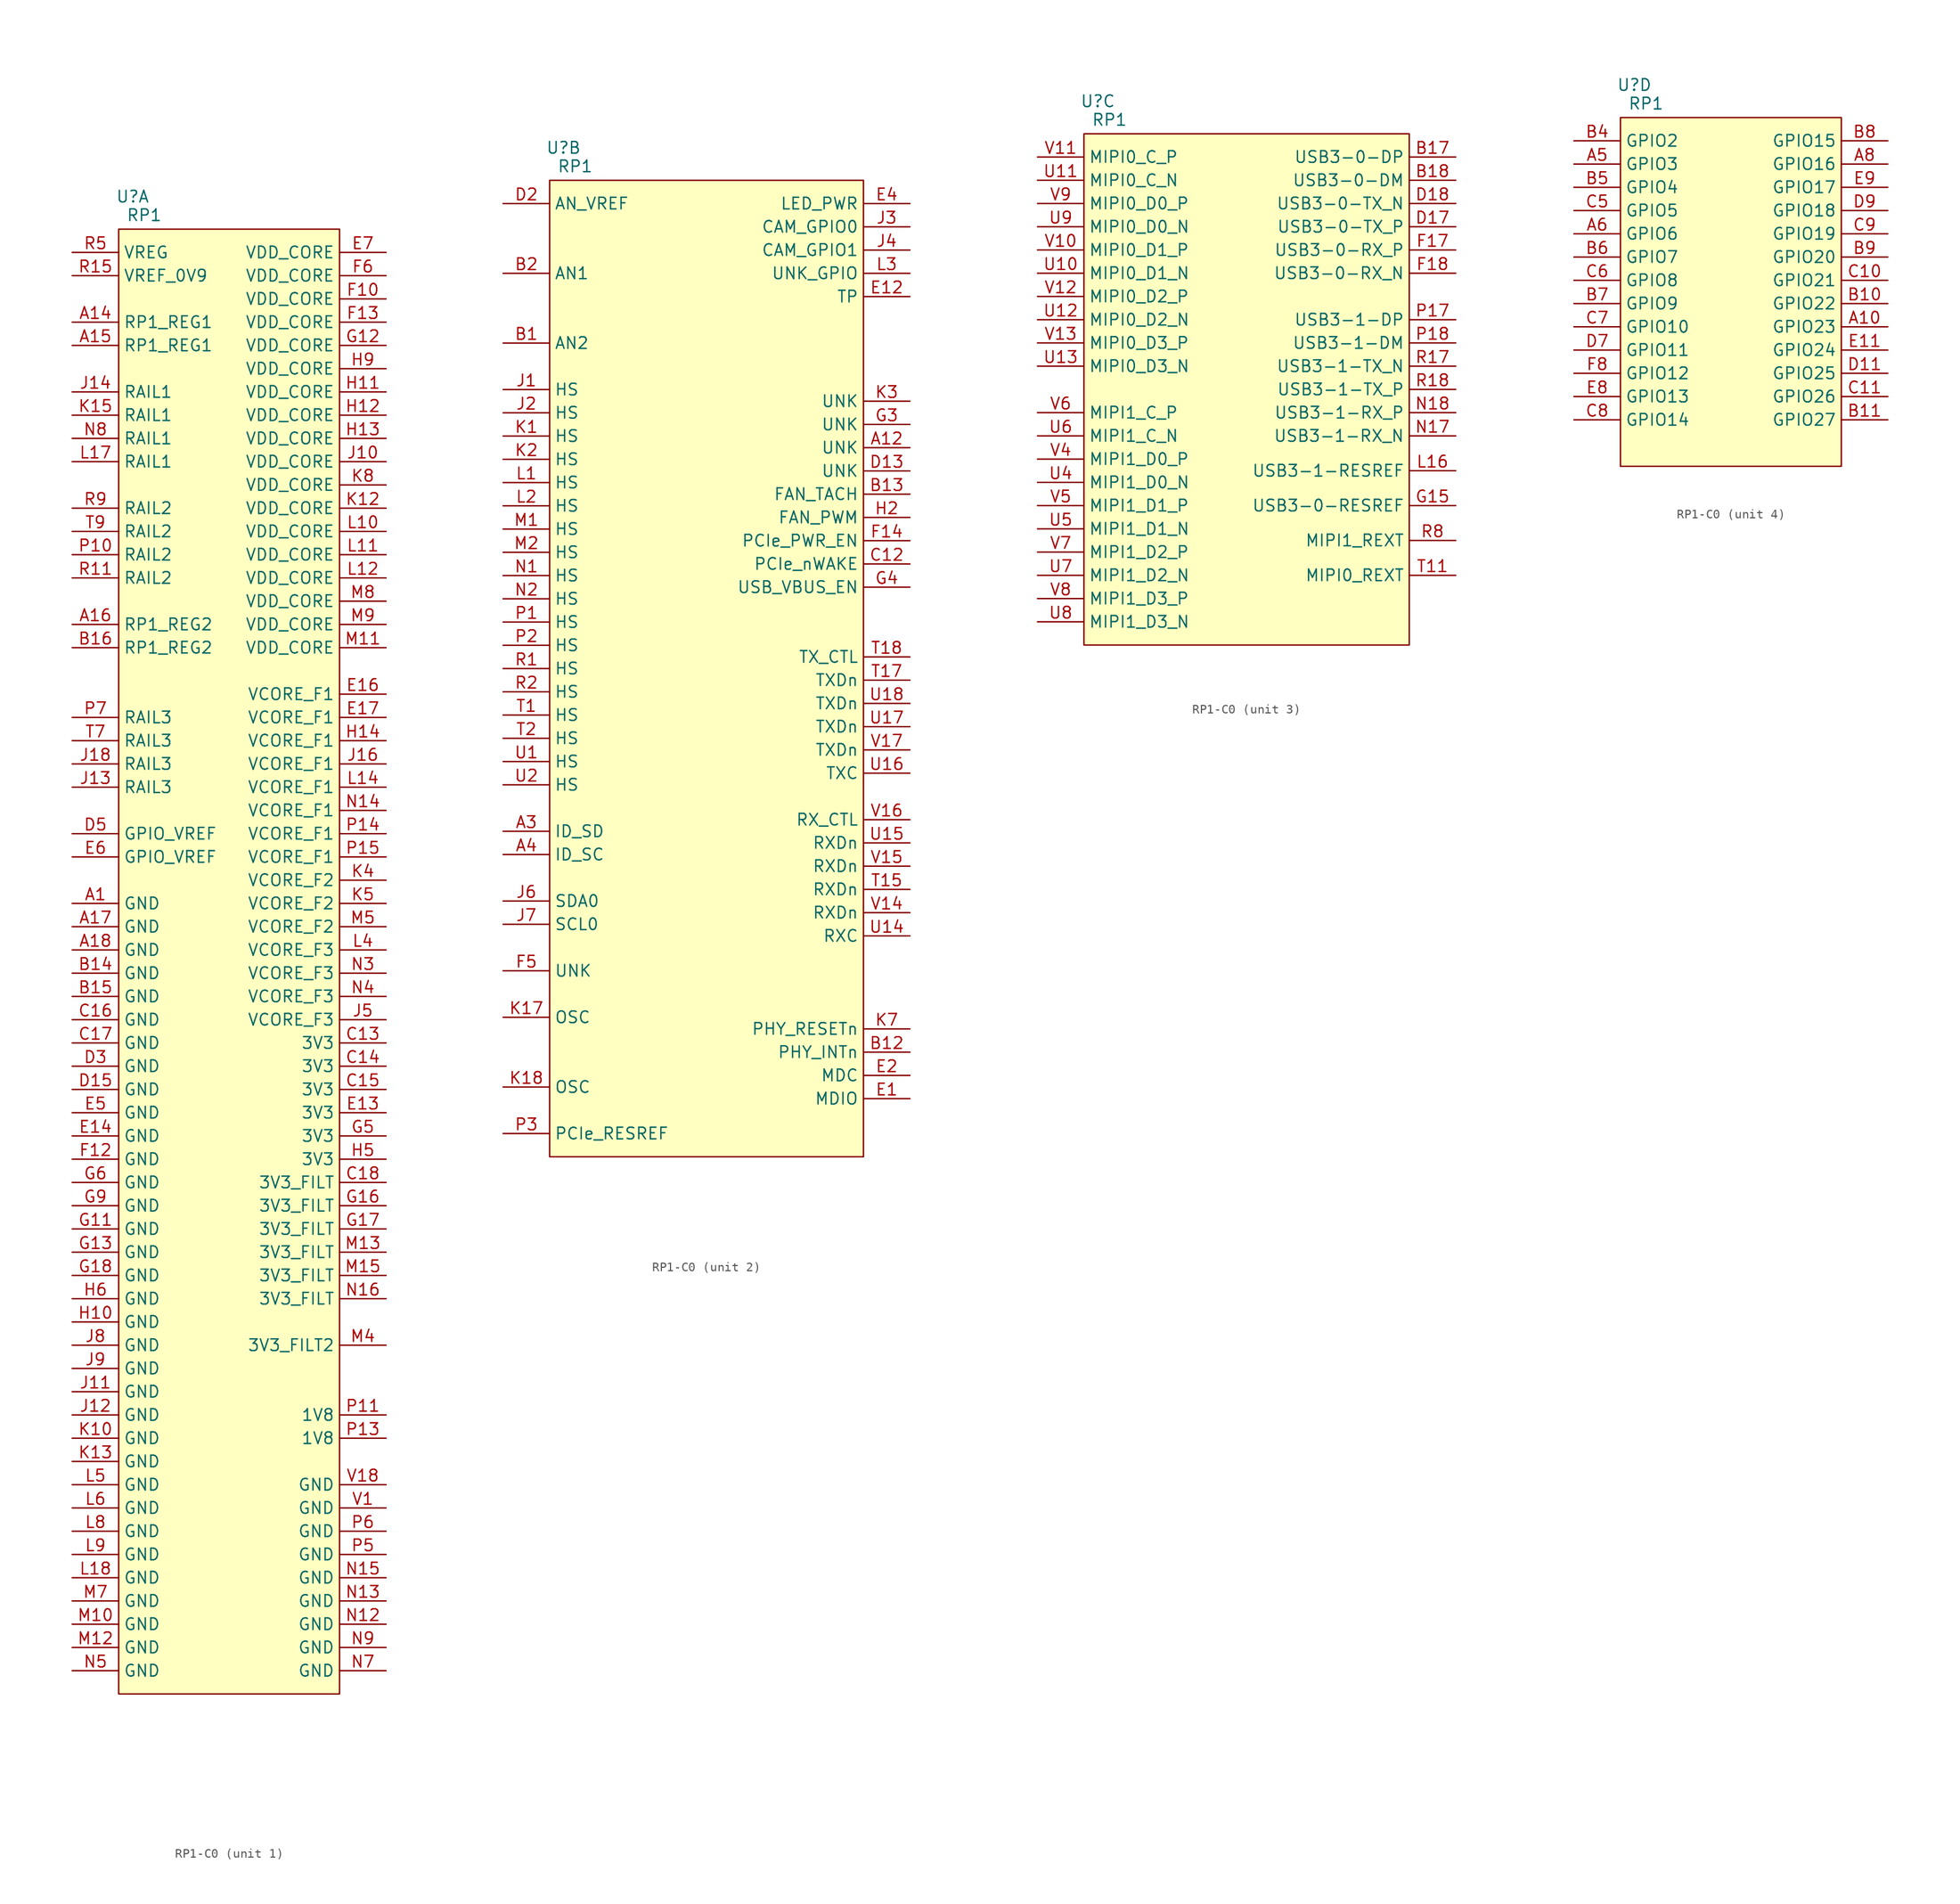
<source format=kicad_sym>
(kicad_symbol_lib
  (version 20241209)
  (generator "kicad_symbol_editor")
  (generator_version "9.0")
  (symbol "RP1-C0"
    (property "Reference" "U"
      (at 1.524 3.556 0)
      (effects (font (size 1.27 1.27))))
    (property "Value" "RP1"
      (at 2.794 1.524 0)
      (effects (font (size 1.27 1.27))))
    (property "ki_locked" ""
      (at 0 0 0)
      (effects (font (size 1.27 1.27))))
    (symbol "RP1-C0_1_1"
      (rectangle (start 0 0) (end 24.13 -160.02) (stroke (width 0) (type solid)) (fill (type background)))
      (pin power_in line (at -5.08 -2.54 0) (length 5.08) (name "VREG" (effects (font (size 1.27 1.27)))) (number "R5" (effects (font (size 1.27 1.27)))))
      (pin passive line (at -5.08 -5.08 0) (length 5.08) (name "VREF_0V9" (effects (font (size 1.27 1.27)))) (number "R15" (effects (font (size 1.27 1.27)))))
      (pin power_in line (at -5.08 -10.16 0) (length 5.08) (name "RP1_REG1" (effects (font (size 1.27 1.27)))) (number "A14" (effects (font (size 1.27 1.27)))))
      (pin power_in line (at -5.08 -12.7 0) (length 5.08) (name "RP1_REG1" (effects (font (size 1.27 1.27)))) (number "A15" (effects (font (size 1.27 1.27)))))
      (pin power_in line (at -5.08 -17.78 0) (length 5.08) (name "RAIL1" (effects (font (size 1.27 1.27)))) (number "J14" (effects (font (size 1.27 1.27)))))
      (pin power_in line (at -5.08 -20.32 0) (length 5.08) (name "RAIL1" (effects (font (size 1.27 1.27)))) (number "K15" (effects (font (size 1.27 1.27)))))
      (pin power_in line (at -5.08 -22.86 0) (length 5.08) (name "RAIL1" (effects (font (size 1.27 1.27)))) (number "N8" (effects (font (size 1.27 1.27)))))
      (pin power_in line (at -5.08 -25.4 0) (length 5.08) (name "RAIL1" (effects (font (size 1.27 1.27)))) (number "L17" (effects (font (size 1.27 1.27)))))
      (pin power_in line (at -5.08 -30.48 0) (length 5.08) (name "RAIL2" (effects (font (size 1.27 1.27)))) (number "R9" (effects (font (size 1.27 1.27)))))
      (pin power_in line (at -5.08 -33.02 0) (length 5.08) (name "RAIL2" (effects (font (size 1.27 1.27)))) (number "T9" (effects (font (size 1.27 1.27)))))
      (pin power_in line (at -5.08 -35.56 0) (length 5.08) (name "RAIL2" (effects (font (size 1.27 1.27)))) (number "P10" (effects (font (size 1.27 1.27)))))
      (pin power_in line (at -5.08 -38.1 0) (length 5.08) (name "RAIL2" (effects (font (size 1.27 1.27)))) (number "R11" (effects (font (size 1.27 1.27)))))
      (pin power_in line (at -5.08 -43.18 0) (length 5.08) (name "RP1_REG2" (effects (font (size 1.27 1.27)))) (number "A16" (effects (font (size 1.27 1.27)))))
      (pin power_in line (at -5.08 -45.72 0) (length 5.08) (name "RP1_REG2" (effects (font (size 1.27 1.27)))) (number "B16" (effects (font (size 1.27 1.27)))))
      (pin power_in line (at -5.08 -53.34 0) (length 5.08) (name "RAIL3" (effects (font (size 1.27 1.27)))) (number "P7" (effects (font (size 1.27 1.27)))))
      (pin power_in line (at -5.08 -55.88 0) (length 5.08) (name "RAIL3" (effects (font (size 1.27 1.27)))) (number "T7" (effects (font (size 1.27 1.27)))))
      (pin power_in line (at -5.08 -58.42 0) (length 5.08) (name "RAIL3" (effects (font (size 1.27 1.27)))) (number "J18" (effects (font (size 1.27 1.27)))))
      (pin power_in line (at -5.08 -60.96 0) (length 5.08) (name "RAIL3" (effects (font (size 1.27 1.27)))) (number "J13" (effects (font (size 1.27 1.27)))))
      (pin power_in line (at -5.08 -66.04 0) (length 5.08) (name "GPIO_VREF" (effects (font (size 1.27 1.27)))) (number "D5" (effects (font (size 1.27 1.27)))))
      (pin power_in line (at -5.08 -68.58 0) (length 5.08) (name "GPIO_VREF" (effects (font (size 1.27 1.27)))) (number "E6" (effects (font (size 1.27 1.27)))))
      (pin power_in line (at -5.08 -73.66 0) (length 5.08) (name "GND" (effects (font (size 1.27 1.27)))) (number "A1" (effects (font (size 1.27 1.27)))))
      (pin power_in line (at -5.08 -76.2 0) (length 5.08) (name "GND" (effects (font (size 1.27 1.27)))) (number "A17" (effects (font (size 1.27 1.27)))))
      (pin power_in line (at -5.08 -78.74 0) (length 5.08) (name "GND" (effects (font (size 1.27 1.27)))) (number "A18" (effects (font (size 1.27 1.27)))))
      (pin power_in line (at -5.08 -81.28 0) (length 5.08) (name "GND" (effects (font (size 1.27 1.27)))) (number "B14" (effects (font (size 1.27 1.27)))))
      (pin power_in line (at -5.08 -83.82 0) (length 5.08) (name "GND" (effects (font (size 1.27 1.27)))) (number "B15" (effects (font (size 1.27 1.27)))))
      (pin power_in line (at -5.08 -86.36 0) (length 5.08) (name "GND" (effects (font (size 1.27 1.27)))) (number "C16" (effects (font (size 1.27 1.27)))))
      (pin power_in line (at -5.08 -88.9 0) (length 5.08) (name "GND" (effects (font (size 1.27 1.27)))) (number "C17" (effects (font (size 1.27 1.27)))))
      (pin power_in line (at -5.08 -91.44 0) (length 5.08) (name "GND" (effects (font (size 1.27 1.27)))) (number "D3" (effects (font (size 1.27 1.27)))))
      (pin power_in line (at -5.08 -93.98 0) (length 5.08) (name "GND" (effects (font (size 1.27 1.27)))) (number "D15" (effects (font (size 1.27 1.27)))))
      (pin power_in line (at -5.08 -96.52 0) (length 5.08) (name "GND" (effects (font (size 1.27 1.27)))) (number "E5" (effects (font (size 1.27 1.27)))))
      (pin power_in line (at -5.08 -99.06 0) (length 5.08) (name "GND" (effects (font (size 1.27 1.27)))) (number "E14" (effects (font (size 1.27 1.27)))))
      (pin power_in line (at -5.08 -101.6 0) (length 5.08) (name "GND" (effects (font (size 1.27 1.27)))) (number "F12" (effects (font (size 1.27 1.27)))))
      (pin power_in line (at -5.08 -104.14 0) (length 5.08) (name "GND" (effects (font (size 1.27 1.27)))) (number "G6" (effects (font (size 1.27 1.27)))))
      (pin power_in line (at -5.08 -106.68 0) (length 5.08) (name "GND" (effects (font (size 1.27 1.27)))) (number "G9" (effects (font (size 1.27 1.27)))))
      (pin power_in line (at -5.08 -109.22 0) (length 5.08) (name "GND" (effects (font (size 1.27 1.27)))) (number "G11" (effects (font (size 1.27 1.27)))))
      (pin power_in line (at -5.08 -111.76 0) (length 5.08) (name "GND" (effects (font (size 1.27 1.27)))) (number "G13" (effects (font (size 1.27 1.27)))))
      (pin power_in line (at -5.08 -114.3 0) (length 5.08) (name "GND" (effects (font (size 1.27 1.27)))) (number "G18" (effects (font (size 1.27 1.27)))))
      (pin power_in line (at -5.08 -116.84 0) (length 5.08) (name "GND" (effects (font (size 1.27 1.27)))) (number "H6" (effects (font (size 1.27 1.27)))))
      (pin power_in line (at -5.08 -119.38 0) (length 5.08) (name "GND" (effects (font (size 1.27 1.27)))) (number "H10" (effects (font (size 1.27 1.27)))))
      (pin power_in line (at -5.08 -121.92 0) (length 5.08) (name "GND" (effects (font (size 1.27 1.27)))) (number "J8" (effects (font (size 1.27 1.27)))))
      (pin power_in line (at -5.08 -124.46 0) (length 5.08) (name "GND" (effects (font (size 1.27 1.27)))) (number "J9" (effects (font (size 1.27 1.27)))))
      (pin power_in line (at -5.08 -127 0) (length 5.08) (name "GND" (effects (font (size 1.27 1.27)))) (number "J11" (effects (font (size 1.27 1.27)))))
      (pin power_in line (at -5.08 -129.54 0) (length 5.08) (name "GND" (effects (font (size 1.27 1.27)))) (number "J12" (effects (font (size 1.27 1.27)))))
      (pin power_in line (at -5.08 -132.08 0) (length 5.08) (name "GND" (effects (font (size 1.27 1.27)))) (number "K10" (effects (font (size 1.27 1.27)))))
      (pin power_in line (at -5.08 -134.62 0) (length 5.08) (name "GND" (effects (font (size 1.27 1.27)))) (number "K13" (effects (font (size 1.27 1.27)))))
      (pin power_in line (at -5.08 -137.16 0) (length 5.08) (name "GND" (effects (font (size 1.27 1.27)))) (number "L5" (effects (font (size 1.27 1.27)))))
      (pin power_in line (at -5.08 -139.7 0) (length 5.08) (name "GND" (effects (font (size 1.27 1.27)))) (number "L6" (effects (font (size 1.27 1.27)))))
      (pin power_in line (at -5.08 -142.24 0) (length 5.08) (name "GND" (effects (font (size 1.27 1.27)))) (number "L8" (effects (font (size 1.27 1.27)))))
      (pin power_in line (at -5.08 -144.78 0) (length 5.08) (name "GND" (effects (font (size 1.27 1.27)))) (number "L9" (effects (font (size 1.27 1.27)))))
      (pin power_in line (at -5.08 -147.32 0) (length 5.08) (name "GND" (effects (font (size 1.27 1.27)))) (number "L18" (effects (font (size 1.27 1.27)))))
      (pin power_in line (at -5.08 -149.86 0) (length 5.08) (name "GND" (effects (font (size 1.27 1.27)))) (number "M7" (effects (font (size 1.27 1.27)))))
      (pin power_in line (at -5.08 -152.4 0) (length 5.08) (name "GND" (effects (font (size 1.27 1.27)))) (number "M10" (effects (font (size 1.27 1.27)))))
      (pin power_in line (at -5.08 -154.94 0) (length 5.08) (name "GND" (effects (font (size 1.27 1.27)))) (number "M12" (effects (font (size 1.27 1.27)))))
      (pin power_in line (at -5.08 -157.48 0) (length 5.08) (name "GND" (effects (font (size 1.27 1.27)))) (number "N5" (effects (font (size 1.27 1.27)))))
      (pin power_in line (at 29.21 -2.54 180) (length 5.08) (name "VDD_CORE" (effects (font (size 1.27 1.27)))) (number "E7" (effects (font (size 1.27 1.27)))))
      (pin power_in line (at 29.21 -5.08 180) (length 5.08) (name "VDD_CORE" (effects (font (size 1.27 1.27)))) (number "F6" (effects (font (size 1.27 1.27)))))
      (pin power_in line (at 29.21 -7.62 180) (length 5.08) (name "VDD_CORE" (effects (font (size 1.27 1.27)))) (number "F10" (effects (font (size 1.27 1.27)))))
      (pin power_in line (at 29.21 -10.16 180) (length 5.08) (name "VDD_CORE" (effects (font (size 1.27 1.27)))) (number "F13" (effects (font (size 1.27 1.27)))))
      (pin power_in line (at 29.21 -12.7 180) (length 5.08) (name "VDD_CORE" (effects (font (size 1.27 1.27)))) (number "G12" (effects (font (size 1.27 1.27)))))
      (pin power_in line (at 29.21 -15.24 180) (length 5.08) (name "VDD_CORE" (effects (font (size 1.27 1.27)))) (number "H9" (effects (font (size 1.27 1.27)))))
      (pin power_in line (at 29.21 -17.78 180) (length 5.08) (name "VDD_CORE" (effects (font (size 1.27 1.27)))) (number "H11" (effects (font (size 1.27 1.27)))))
      (pin power_in line (at 29.21 -20.32 180) (length 5.08) (name "VDD_CORE" (effects (font (size 1.27 1.27)))) (number "H12" (effects (font (size 1.27 1.27)))))
      (pin power_in line (at 29.21 -22.86 180) (length 5.08) (name "VDD_CORE" (effects (font (size 1.27 1.27)))) (number "H13" (effects (font (size 1.27 1.27)))))
      (pin power_in line (at 29.21 -25.4 180) (length 5.08) (name "VDD_CORE" (effects (font (size 1.27 1.27)))) (number "J10" (effects (font (size 1.27 1.27)))))
      (pin power_in line (at 29.21 -27.94 180) (length 5.08) (name "VDD_CORE" (effects (font (size 1.27 1.27)))) (number "K8" (effects (font (size 1.27 1.27)))))
      (pin power_in line (at 29.21 -30.48 180) (length 5.08) (name "VDD_CORE" (effects (font (size 1.27 1.27)))) (number "K12" (effects (font (size 1.27 1.27)))))
      (pin power_in line (at 29.21 -33.02 180) (length 5.08) (name "VDD_CORE" (effects (font (size 1.27 1.27)))) (number "L10" (effects (font (size 1.27 1.27)))))
      (pin power_in line (at 29.21 -35.56 180) (length 5.08) (name "VDD_CORE" (effects (font (size 1.27 1.27)))) (number "L11" (effects (font (size 1.27 1.27)))))
      (pin power_in line (at 29.21 -38.1 180) (length 5.08) (name "VDD_CORE" (effects (font (size 1.27 1.27)))) (number "L12" (effects (font (size 1.27 1.27)))))
      (pin power_in line (at 29.21 -40.64 180) (length 5.08) (name "VDD_CORE" (effects (font (size 1.27 1.27)))) (number "M8" (effects (font (size 1.27 1.27)))))
      (pin power_in line (at 29.21 -43.18 180) (length 5.08) (name "VDD_CORE" (effects (font (size 1.27 1.27)))) (number "M9" (effects (font (size 1.27 1.27)))))
      (pin power_in line (at 29.21 -45.72 180) (length 5.08) (name "VDD_CORE" (effects (font (size 1.27 1.27)))) (number "M11" (effects (font (size 1.27 1.27)))))
      (pin power_in line (at 29.21 -50.8 180) (length 5.08) (name "VCORE_F1" (effects (font (size 1.27 1.27)))) (number "E16" (effects (font (size 1.27 1.27)))))
      (pin power_in line (at 29.21 -53.34 180) (length 5.08) (name "VCORE_F1" (effects (font (size 1.27 1.27)))) (number "E17" (effects (font (size 1.27 1.27)))))
      (pin power_in line (at 29.21 -55.88 180) (length 5.08) (name "VCORE_F1" (effects (font (size 1.27 1.27)))) (number "H14" (effects (font (size 1.27 1.27)))))
      (pin power_in line (at 29.21 -58.42 180) (length 5.08) (name "VCORE_F1" (effects (font (size 1.27 1.27)))) (number "J16" (effects (font (size 1.27 1.27)))))
      (pin power_in line (at 29.21 -60.96 180) (length 5.08) (name "VCORE_F1" (effects (font (size 1.27 1.27)))) (number "L14" (effects (font (size 1.27 1.27)))))
      (pin power_in line (at 29.21 -63.5 180) (length 5.08) (name "VCORE_F1" (effects (font (size 1.27 1.27)))) (number "N14" (effects (font (size 1.27 1.27)))))
      (pin power_in line (at 29.21 -66.04 180) (length 5.08) (name "VCORE_F1" (effects (font (size 1.27 1.27)))) (number "P14" (effects (font (size 1.27 1.27)))))
      (pin power_in line (at 29.21 -68.58 180) (length 5.08) (name "VCORE_F1" (effects (font (size 1.27 1.27)))) (number "P15" (effects (font (size 1.27 1.27)))))
      (pin power_in line (at 29.21 -71.12 180) (length 5.08) (name "VCORE_F2" (effects (font (size 1.27 1.27)))) (number "K4" (effects (font (size 1.27 1.27)))))
      (pin power_in line (at 29.21 -73.66 180) (length 5.08) (name "VCORE_F2" (effects (font (size 1.27 1.27)))) (number "K5" (effects (font (size 1.27 1.27)))))
      (pin power_in line (at 29.21 -76.2 180) (length 5.08) (name "VCORE_F2" (effects (font (size 1.27 1.27)))) (number "M5" (effects (font (size 1.27 1.27)))))
      (pin power_in line (at 29.21 -78.74 180) (length 5.08) (name "VCORE_F3" (effects (font (size 1.27 1.27)))) (number "L4" (effects (font (size 1.27 1.27)))))
      (pin power_in line (at 29.21 -81.28 180) (length 5.08) (name "VCORE_F3" (effects (font (size 1.27 1.27)))) (number "N3" (effects (font (size 1.27 1.27)))))
      (pin power_in line (at 29.21 -83.82 180) (length 5.08) (name "VCORE_F3" (effects (font (size 1.27 1.27)))) (number "N4" (effects (font (size 1.27 1.27)))))
      (pin power_in line (at 29.21 -86.36 180) (length 5.08) (name "VCORE_F3" (effects (font (size 1.27 1.27)))) (number "J5" (effects (font (size 1.27 1.27)))))
      (pin power_in line (at 29.21 -88.9 180) (length 5.08) (name "3V3" (effects (font (size 1.27 1.27)))) (number "C13" (effects (font (size 1.27 1.27)))))
      (pin power_in line (at 29.21 -91.44 180) (length 5.08) (name "3V3" (effects (font (size 1.27 1.27)))) (number "C14" (effects (font (size 1.27 1.27)))))
      (pin power_in line (at 29.21 -93.98 180) (length 5.08) (name "3V3" (effects (font (size 1.27 1.27)))) (number "C15" (effects (font (size 1.27 1.27)))))
      (pin power_in line (at 29.21 -96.52 180) (length 5.08) (name "3V3" (effects (font (size 1.27 1.27)))) (number "E13" (effects (font (size 1.27 1.27)))))
      (pin power_in line (at 29.21 -99.06 180) (length 5.08) (name "3V3" (effects (font (size 1.27 1.27)))) (number "G5" (effects (font (size 1.27 1.27)))))
      (pin power_in line (at 29.21 -101.6 180) (length 5.08) (name "3V3" (effects (font (size 1.27 1.27)))) (number "H5" (effects (font (size 1.27 1.27)))))
      (pin power_in line (at 29.21 -104.14 180) (length 5.08) (name "3V3_FILT" (effects (font (size 1.27 1.27)))) (number "C18" (effects (font (size 1.27 1.27)))))
      (pin power_in line (at 29.21 -106.68 180) (length 5.08) (name "3V3_FILT" (effects (font (size 1.27 1.27)))) (number "G16" (effects (font (size 1.27 1.27)))))
      (pin power_in line (at 29.21 -109.22 180) (length 5.08) (name "3V3_FILT" (effects (font (size 1.27 1.27)))) (number "G17" (effects (font (size 1.27 1.27)))))
      (pin power_in line (at 29.21 -111.76 180) (length 5.08) (name "3V3_FILT" (effects (font (size 1.27 1.27)))) (number "M13" (effects (font (size 1.27 1.27)))))
      (pin power_in line (at 29.21 -114.3 180) (length 5.08) (name "3V3_FILT" (effects (font (size 1.27 1.27)))) (number "M15" (effects (font (size 1.27 1.27)))))
      (pin power_in line (at 29.21 -116.84 180) (length 5.08) (name "3V3_FILT" (effects (font (size 1.27 1.27)))) (number "N16" (effects (font (size 1.27 1.27)))))
      (pin power_in line (at 29.21 -121.92 180) (length 5.08) (name "3V3_FILT2" (effects (font (size 1.27 1.27)))) (number "M4" (effects (font (size 1.27 1.27)))))
      (pin power_in line (at 29.21 -129.54 180) (length 5.08) (name "1V8" (effects (font (size 1.27 1.27)))) (number "P11" (effects (font (size 1.27 1.27)))))
      (pin power_in line (at 29.21 -132.08 180) (length 5.08) (name "1V8" (effects (font (size 1.27 1.27)))) (number "P13" (effects (font (size 1.27 1.27)))))
      (pin power_in line (at 29.21 -137.16 180) (length 5.08) (name "GND" (effects (font (size 1.27 1.27)))) (number "V18" (effects (font (size 1.27 1.27)))))
      (pin power_in line (at 29.21 -139.7 180) (length 5.08) (name "GND" (effects (font (size 1.27 1.27)))) (number "V1" (effects (font (size 1.27 1.27)))))
      (pin power_in line (at 29.21 -142.24 180) (length 5.08) (name "GND" (effects (font (size 1.27 1.27)))) (number "P6" (effects (font (size 1.27 1.27)))))
      (pin power_in line (at 29.21 -144.78 180) (length 5.08) (name "GND" (effects (font (size 1.27 1.27)))) (number "P5" (effects (font (size 1.27 1.27)))))
      (pin power_in line (at 29.21 -147.32 180) (length 5.08) (name "GND" (effects (font (size 1.27 1.27)))) (number "N15" (effects (font (size 1.27 1.27)))))
      (pin power_in line (at 29.21 -149.86 180) (length 5.08) (name "GND" (effects (font (size 1.27 1.27)))) (number "N13" (effects (font (size 1.27 1.27)))))
      (pin power_in line (at 29.21 -152.4 180) (length 5.08) (name "GND" (effects (font (size 1.27 1.27)))) (number "N12" (effects (font (size 1.27 1.27)))))
      (pin power_in line (at 29.21 -154.94 180) (length 5.08) (name "GND" (effects (font (size 1.27 1.27)))) (number "N9" (effects (font (size 1.27 1.27)))))
      (pin power_in line (at 29.21 -157.48 180) (length 5.08) (name "GND" (effects (font (size 1.27 1.27)))) (number "N7" (effects (font (size 1.27 1.27))))))
    (symbol "RP1-C0_2_1"
      (rectangle (start 0 0) (end 34.29 -106.68) (stroke (width 0) (type solid)) (fill (type background)))
      (pin passive line (at -5.08 -2.54 0) (length 5.08) (name "AN_VREF" (effects (font (size 1.27 1.27)))) (number "D2" (effects (font (size 1.27 1.27)))))
      (pin passive line (at -5.08 -10.16 0) (length 5.08) (name "AN1" (effects (font (size 1.27 1.27)))) (number "B2" (effects (font (size 1.27 1.27)))))
      (pin passive line (at -5.08 -17.78 0) (length 5.08) (name "AN2" (effects (font (size 1.27 1.27)))) (number "B1" (effects (font (size 1.27 1.27)))))
      (pin passive line (at -5.08 -22.86 0) (length 5.08) (name "HS" (effects (font (size 1.27 1.27)))) (number "J1" (effects (font (size 1.27 1.27)))))
      (pin passive line (at -5.08 -25.4 0) (length 5.08) (name "HS" (effects (font (size 1.27 1.27)))) (number "J2" (effects (font (size 1.27 1.27)))))
      (pin passive line (at -5.08 -27.94 0) (length 5.08) (name "HS" (effects (font (size 1.27 1.27)))) (number "K1" (effects (font (size 1.27 1.27)))))
      (pin passive line (at -5.08 -30.48 0) (length 5.08) (name "HS" (effects (font (size 1.27 1.27)))) (number "K2" (effects (font (size 1.27 1.27)))))
      (pin passive line (at -5.08 -33.02 0) (length 5.08) (name "HS" (effects (font (size 1.27 1.27)))) (number "L1" (effects (font (size 1.27 1.27)))))
      (pin passive line (at -5.08 -35.56 0) (length 5.08) (name "HS" (effects (font (size 1.27 1.27)))) (number "L2" (effects (font (size 1.27 1.27)))))
      (pin passive line (at -5.08 -38.1 0) (length 5.08) (name "HS" (effects (font (size 1.27 1.27)))) (number "M1" (effects (font (size 1.27 1.27)))))
      (pin passive line (at -5.08 -40.64 0) (length 5.08) (name "HS" (effects (font (size 1.27 1.27)))) (number "M2" (effects (font (size 1.27 1.27)))))
      (pin passive line (at -5.08 -43.18 0) (length 5.08) (name "HS" (effects (font (size 1.27 1.27)))) (number "N1" (effects (font (size 1.27 1.27)))))
      (pin passive line (at -5.08 -45.72 0) (length 5.08) (name "HS" (effects (font (size 1.27 1.27)))) (number "N2" (effects (font (size 1.27 1.27)))))
      (pin passive line (at -5.08 -48.26 0) (length 5.08) (name "HS" (effects (font (size 1.27 1.27)))) (number "P1" (effects (font (size 1.27 1.27)))))
      (pin passive line (at -5.08 -50.8 0) (length 5.08) (name "HS" (effects (font (size 1.27 1.27)))) (number "P2" (effects (font (size 1.27 1.27)))))
      (pin passive line (at -5.08 -53.34 0) (length 5.08) (name "HS" (effects (font (size 1.27 1.27)))) (number "R1" (effects (font (size 1.27 1.27)))))
      (pin passive line (at -5.08 -55.88 0) (length 5.08) (name "HS" (effects (font (size 1.27 1.27)))) (number "R2" (effects (font (size 1.27 1.27)))))
      (pin passive line (at -5.08 -58.42 0) (length 5.08) (name "HS" (effects (font (size 1.27 1.27)))) (number "T1" (effects (font (size 1.27 1.27)))))
      (pin passive line (at -5.08 -60.96 0) (length 5.08) (name "HS" (effects (font (size 1.27 1.27)))) (number "T2" (effects (font (size 1.27 1.27)))))
      (pin passive line (at -5.08 -63.5 0) (length 5.08) (name "HS" (effects (font (size 1.27 1.27)))) (number "U1" (effects (font (size 1.27 1.27)))))
      (pin passive line (at -5.08 -66.04 0) (length 5.08) (name "HS" (effects (font (size 1.27 1.27)))) (number "U2" (effects (font (size 1.27 1.27)))))
      (pin bidirectional line (at -5.08 -71.12 0) (length 5.08) (name "ID_SD" (effects (font (size 1.27 1.27)))) (number "A3" (effects (font (size 1.27 1.27)))))
      (pin bidirectional line (at -5.08 -73.66 0) (length 5.08) (name "ID_SC" (effects (font (size 1.27 1.27)))) (number "A4" (effects (font (size 1.27 1.27)))))
      (pin bidirectional line (at -5.08 -78.74 0) (length 5.08) (name "SDA0" (effects (font (size 1.27 1.27)))) (number "J6" (effects (font (size 1.27 1.27)))))
      (pin bidirectional line (at -5.08 -81.28 0) (length 5.08) (name "SCL0" (effects (font (size 1.27 1.27)))) (number "J7" (effects (font (size 1.27 1.27)))))
      (pin unspecified line (at -5.08 -86.36 0) (length 5.08) (name "UNK" (effects (font (size 1.27 1.27)))) (number "F5" (effects (font (size 1.27 1.27)))))
      (pin passive line (at -5.08 -91.44 0) (length 5.08) (name "OSC" (effects (font (size 1.27 1.27)))) (number "K17" (effects (font (size 1.27 1.27)))))
      (pin passive line (at -5.08 -99.06 0) (length 5.08) (name "OSC" (effects (font (size 1.27 1.27)))) (number "K18" (effects (font (size 1.27 1.27)))))
      (pin passive line (at -5.08 -104.14 0) (length 5.08) (name "PCIe_RESREF" (effects (font (size 1.27 1.27)))) (number "P3" (effects (font (size 1.27 1.27)))))
      (pin output line (at 39.37 -2.54 180) (length 5.08) (name "LED_PWR" (effects (font (size 1.27 1.27)))) (number "E4" (effects (font (size 1.27 1.27)))))
      (pin bidirectional line (at 39.37 -5.08 180) (length 5.08) (name "CAM_GPIO0" (effects (font (size 1.27 1.27)))) (number "J3" (effects (font (size 1.27 1.27)))))
      (pin bidirectional line (at 39.37 -7.62 180) (length 5.08) (name "CAM_GPIO1" (effects (font (size 1.27 1.27)))) (number "J4" (effects (font (size 1.27 1.27)))))
      (pin bidirectional line (at 39.37 -10.16 180) (length 5.08) (name "UNK_GPIO" (effects (font (size 1.27 1.27)))) (number "L3" (effects (font (size 1.27 1.27)))))
      (pin unspecified line (at 39.37 -12.7 180) (length 5.08) (name "TP" (effects (font (size 1.27 1.27)))) (number "E12" (effects (font (size 1.27 1.27)))))
      (pin unspecified line (at 39.37 -24.13 180) (length 5.08) (name "UNK" (effects (font (size 1.27 1.27)))) (number "K3" (effects (font (size 1.27 1.27)))))
      (pin unspecified line (at 39.37 -26.67 180) (length 5.08) (name "UNK" (effects (font (size 1.27 1.27)))) (number "G3" (effects (font (size 1.27 1.27)))))
      (pin unspecified line (at 39.37 -29.21 180) (length 5.08) (name "UNK" (effects (font (size 1.27 1.27)))) (number "A12" (effects (font (size 1.27 1.27)))))
      (pin unspecified line (at 39.37 -31.75 180) (length 5.08) (name "UNK" (effects (font (size 1.27 1.27)))) (number "D13" (effects (font (size 1.27 1.27)))))
      (pin unspecified line (at 39.37 -34.29 180) (length 5.08) (name "FAN_TACH" (effects (font (size 1.27 1.27)))) (number "B13" (effects (font (size 1.27 1.27)))))
      (pin output line (at 39.37 -36.83 180) (length 5.08) (name "FAN_PWM" (effects (font (size 1.27 1.27)))) (number "H2" (effects (font (size 1.27 1.27)))))
      (pin output line (at 39.37 -39.37 180) (length 5.08) (name "PCIe_PWR_EN" (effects (font (size 1.27 1.27)))) (number "F14" (effects (font (size 1.27 1.27)))))
      (pin output line (at 39.37 -41.91 180) (length 5.08) (name "PCIe_nWAKE" (effects (font (size 1.27 1.27)))) (number "C12" (effects (font (size 1.27 1.27)))))
      (pin unspecified line (at 39.37 -44.45 180) (length 5.08) (name "USB_VBUS_EN" (effects (font (size 1.27 1.27)))) (number "G4" (effects (font (size 1.27 1.27)))))
      (pin output line (at 39.37 -52.07 180) (length 5.08) (name "TX_CTL" (effects (font (size 1.27 1.27)))) (number "T18" (effects (font (size 1.27 1.27)))))
      (pin output line (at 39.37 -54.61 180) (length 5.08) (name "TXDn" (effects (font (size 1.27 1.27)))) (number "T17" (effects (font (size 1.27 1.27)))))
      (pin output line (at 39.37 -57.15 180) (length 5.08) (name "TXDn" (effects (font (size 1.27 1.27)))) (number "U18" (effects (font (size 1.27 1.27)))))
      (pin output line (at 39.37 -59.69 180) (length 5.08) (name "TXDn" (effects (font (size 1.27 1.27)))) (number "U17" (effects (font (size 1.27 1.27)))))
      (pin output line (at 39.37 -62.23 180) (length 5.08) (name "TXDn" (effects (font (size 1.27 1.27)))) (number "V17" (effects (font (size 1.27 1.27)))))
      (pin output line (at 39.37 -64.77 180) (length 5.08) (name "TXC" (effects (font (size 1.27 1.27)))) (number "U16" (effects (font (size 1.27 1.27)))))
      (pin input line (at 39.37 -69.85 180) (length 5.08) (name "RX_CTL" (effects (font (size 1.27 1.27)))) (number "V16" (effects (font (size 1.27 1.27)))))
      (pin input line (at 39.37 -72.39 180) (length 5.08) (name "RXDn" (effects (font (size 1.27 1.27)))) (number "U15" (effects (font (size 1.27 1.27)))))
      (pin input line (at 39.37 -74.93 180) (length 5.08) (name "RXDn" (effects (font (size 1.27 1.27)))) (number "V15" (effects (font (size 1.27 1.27)))))
      (pin input line (at 39.37 -77.47 180) (length 5.08) (name "RXDn" (effects (font (size 1.27 1.27)))) (number "T15" (effects (font (size 1.27 1.27)))))
      (pin input line (at 39.37 -80.01 180) (length 5.08) (name "RXDn" (effects (font (size 1.27 1.27)))) (number "V14" (effects (font (size 1.27 1.27)))))
      (pin input line (at 39.37 -82.55 180) (length 5.08) (name "RXC" (effects (font (size 1.27 1.27)))) (number "U14" (effects (font (size 1.27 1.27)))))
      (pin output line (at 39.37 -92.71 180) (length 5.08) (name "PHY_RESETn" (effects (font (size 1.27 1.27)))) (number "K7" (effects (font (size 1.27 1.27)))))
      (pin input line (at 39.37 -95.25 180) (length 5.08) (name "PHY_INTn" (effects (font (size 1.27 1.27)))) (number "B12" (effects (font (size 1.27 1.27)))))
      (pin output line (at 39.37 -97.79 180) (length 5.08) (name "MDC" (effects (font (size 1.27 1.27)))) (number "E2" (effects (font (size 1.27 1.27)))))
      (pin bidirectional line (at 39.37 -100.33 180) (length 5.08) (name "MDIO" (effects (font (size 1.27 1.27)))) (number "E1" (effects (font (size 1.27 1.27))))))
    (symbol "RP1-C0_3_1"
      (rectangle (start 0 0) (end 35.56 -55.88) (stroke (width 0) (type solid)) (fill (type background)))
      (pin passive line (at -5.08 -2.54 0) (length 5.08) (name "MIPI0_C_P" (effects (font (size 1.27 1.27)))) (number "V11" (effects (font (size 1.27 1.27)))))
      (pin passive line (at -5.08 -5.08 0) (length 5.08) (name "MIPI0_C_N" (effects (font (size 1.27 1.27)))) (number "U11" (effects (font (size 1.27 1.27)))))
      (pin passive line (at -5.08 -7.62 0) (length 5.08) (name "MIPI0_D0_P" (effects (font (size 1.27 1.27)))) (number "V9" (effects (font (size 1.27 1.27)))))
      (pin passive line (at -5.08 -10.16 0) (length 5.08) (name "MIPI0_D0_N" (effects (font (size 1.27 1.27)))) (number "U9" (effects (font (size 1.27 1.27)))))
      (pin passive line (at -5.08 -12.7 0) (length 5.08) (name "MIPI0_D1_P" (effects (font (size 1.27 1.27)))) (number "V10" (effects (font (size 1.27 1.27)))))
      (pin passive line (at -5.08 -15.24 0) (length 5.08) (name "MIPI0_D1_N" (effects (font (size 1.27 1.27)))) (number "U10" (effects (font (size 1.27 1.27)))))
      (pin passive line (at -5.08 -17.78 0) (length 5.08) (name "MIPI0_D2_P" (effects (font (size 1.27 1.27)))) (number "V12" (effects (font (size 1.27 1.27)))))
      (pin passive line (at -5.08 -20.32 0) (length 5.08) (name "MIPI0_D2_N" (effects (font (size 1.27 1.27)))) (number "U12" (effects (font (size 1.27 1.27)))))
      (pin passive line (at -5.08 -22.86 0) (length 5.08) (name "MIPI0_D3_P" (effects (font (size 1.27 1.27)))) (number "V13" (effects (font (size 1.27 1.27)))))
      (pin passive line (at -5.08 -25.4 0) (length 5.08) (name "MIPI0_D3_N" (effects (font (size 1.27 1.27)))) (number "U13" (effects (font (size 1.27 1.27)))))
      (pin passive line (at -5.08 -30.48 0) (length 5.08) (name "MIPI1_C_P" (effects (font (size 1.27 1.27)))) (number "V6" (effects (font (size 1.27 1.27)))))
      (pin passive line (at -5.08 -33.02 0) (length 5.08) (name "MIPI1_C_N" (effects (font (size 1.27 1.27)))) (number "U6" (effects (font (size 1.27 1.27)))))
      (pin passive line (at -5.08 -35.56 0) (length 5.08) (name "MIPI1_D0_P" (effects (font (size 1.27 1.27)))) (number "V4" (effects (font (size 1.27 1.27)))))
      (pin passive line (at -5.08 -38.1 0) (length 5.08) (name "MIPI1_D0_N" (effects (font (size 1.27 1.27)))) (number "U4" (effects (font (size 1.27 1.27)))))
      (pin passive line (at -5.08 -40.64 0) (length 5.08) (name "MIPI1_D1_P" (effects (font (size 1.27 1.27)))) (number "V5" (effects (font (size 1.27 1.27)))))
      (pin passive line (at -5.08 -43.18 0) (length 5.08) (name "MIPI1_D1_N" (effects (font (size 1.27 1.27)))) (number "U5" (effects (font (size 1.27 1.27)))))
      (pin passive line (at -5.08 -45.72 0) (length 5.08) (name "MIPI1_D2_P" (effects (font (size 1.27 1.27)))) (number "V7" (effects (font (size 1.27 1.27)))))
      (pin passive line (at -5.08 -48.26 0) (length 5.08) (name "MIPI1_D2_N" (effects (font (size 1.27 1.27)))) (number "U7" (effects (font (size 1.27 1.27)))))
      (pin passive line (at -5.08 -50.8 0) (length 5.08) (name "MIPI1_D3_P" (effects (font (size 1.27 1.27)))) (number "V8" (effects (font (size 1.27 1.27)))))
      (pin passive line (at -5.08 -53.34 0) (length 5.08) (name "MIPI1_D3_N" (effects (font (size 1.27 1.27)))) (number "U8" (effects (font (size 1.27 1.27)))))
      (pin bidirectional line (at 40.64 -2.54 180) (length 5.08) (name "USB3-0-DP" (effects (font (size 1.27 1.27)))) (number "B17" (effects (font (size 1.27 1.27)))))
      (pin bidirectional line (at 40.64 -5.08 180) (length 5.08) (name "USB3-0-DM" (effects (font (size 1.27 1.27)))) (number "B18" (effects (font (size 1.27 1.27)))))
      (pin output line (at 40.64 -7.62 180) (length 5.08) (name "USB3-0-TX_N" (effects (font (size 1.27 1.27)))) (number "D18" (effects (font (size 1.27 1.27)))))
      (pin output line (at 40.64 -10.16 180) (length 5.08) (name "USB3-0-TX_P" (effects (font (size 1.27 1.27)))) (number "D17" (effects (font (size 1.27 1.27)))))
      (pin input line (at 40.64 -12.7 180) (length 5.08) (name "USB3-0-RX_P" (effects (font (size 1.27 1.27)))) (number "F17" (effects (font (size 1.27 1.27)))))
      (pin input line (at 40.64 -15.24 180) (length 5.08) (name "USB3-0-RX_N" (effects (font (size 1.27 1.27)))) (number "F18" (effects (font (size 1.27 1.27)))))
      (pin bidirectional line (at 40.64 -20.32 180) (length 5.08) (name "USB3-1-DP" (effects (font (size 1.27 1.27)))) (number "P17" (effects (font (size 1.27 1.27)))))
      (pin bidirectional line (at 40.64 -22.86 180) (length 5.08) (name "USB3-1-DM" (effects (font (size 1.27 1.27)))) (number "P18" (effects (font (size 1.27 1.27)))))
      (pin output line (at 40.64 -25.4 180) (length 5.08) (name "USB3-1-TX_N" (effects (font (size 1.27 1.27)))) (number "R17" (effects (font (size 1.27 1.27)))))
      (pin output line (at 40.64 -27.94 180) (length 5.08) (name "USB3-1-TX_P" (effects (font (size 1.27 1.27)))) (number "R18" (effects (font (size 1.27 1.27)))))
      (pin input line (at 40.64 -30.48 180) (length 5.08) (name "USB3-1-RX_P" (effects (font (size 1.27 1.27)))) (number "N18" (effects (font (size 1.27 1.27)))))
      (pin input line (at 40.64 -33.02 180) (length 5.08) (name "USB3-1-RX_N" (effects (font (size 1.27 1.27)))) (number "N17" (effects (font (size 1.27 1.27)))))
      (pin passive line (at 40.64 -36.83 180) (length 5.08) (name "USB3-1-RESREF" (effects (font (size 1.27 1.27)))) (number "L16" (effects (font (size 1.27 1.27)))))
      (pin passive line (at 40.64 -40.64 180) (length 5.08) (name "USB3-0-RESREF" (effects (font (size 1.27 1.27)))) (number "G15" (effects (font (size 1.27 1.27)))))
      (pin passive line (at 40.64 -44.45 180) (length 5.08) (name "MIPI1_REXT" (effects (font (size 1.27 1.27)))) (number "R8" (effects (font (size 1.27 1.27)))))
      (pin passive line (at 40.64 -48.26 180) (length 5.08) (name "MIPI0_REXT" (effects (font (size 1.27 1.27)))) (number "T11" (effects (font (size 1.27 1.27))))))
    (symbol "RP1-C0_4_1"
      (rectangle (start 0 0) (end 24.13 -38.1) (stroke (width 0) (type solid)) (fill (type background)))
      (pin bidirectional line (at -5.08 -2.54 0) (length 5.08) (name "GPIO2" (effects (font (size 1.27 1.27)))) (number "B4" (effects (font (size 1.27 1.27)))))
      (pin bidirectional line (at -5.08 -5.08 0) (length 5.08) (name "GPIO3" (effects (font (size 1.27 1.27)))) (number "A5" (effects (font (size 1.27 1.27)))))
      (pin bidirectional line (at -5.08 -7.62 0) (length 5.08) (name "GPIO4" (effects (font (size 1.27 1.27)))) (number "B5" (effects (font (size 1.27 1.27)))))
      (pin bidirectional line (at -5.08 -10.16 0) (length 5.08) (name "GPIO5" (effects (font (size 1.27 1.27)))) (number "C5" (effects (font (size 1.27 1.27)))))
      (pin bidirectional line (at -5.08 -12.7 0) (length 5.08) (name "GPIO6" (effects (font (size 1.27 1.27)))) (number "A6" (effects (font (size 1.27 1.27)))))
      (pin bidirectional line (at -5.08 -15.24 0) (length 5.08) (name "GPIO7" (effects (font (size 1.27 1.27)))) (number "B6" (effects (font (size 1.27 1.27)))))
      (pin bidirectional line (at -5.08 -17.78 0) (length 5.08) (name "GPIO8" (effects (font (size 1.27 1.27)))) (number "C6" (effects (font (size 1.27 1.27)))))
      (pin bidirectional line (at -5.08 -20.32 0) (length 5.08) (name "GPIO9" (effects (font (size 1.27 1.27)))) (number "B7" (effects (font (size 1.27 1.27)))))
      (pin bidirectional line (at -5.08 -22.86 0) (length 5.08) (name "GPIO10" (effects (font (size 1.27 1.27)))) (number "C7" (effects (font (size 1.27 1.27)))))
      (pin bidirectional line (at -5.08 -25.4 0) (length 5.08) (name "GPIO11" (effects (font (size 1.27 1.27)))) (number "D7" (effects (font (size 1.27 1.27)))))
      (pin bidirectional line (at -5.08 -27.94 0) (length 5.08) (name "GPIO12" (effects (font (size 1.27 1.27)))) (number "F8" (effects (font (size 1.27 1.27)))))
      (pin bidirectional line (at -5.08 -30.48 0) (length 5.08) (name "GPIO13" (effects (font (size 1.27 1.27)))) (number "E8" (effects (font (size 1.27 1.27)))))
      (pin bidirectional line (at -5.08 -33.02 0) (length 5.08) (name "GPIO14" (effects (font (size 1.27 1.27)))) (number "C8" (effects (font (size 1.27 1.27)))))
      (pin bidirectional line (at 29.21 -2.54 180) (length 5.08) (name "GPIO15" (effects (font (size 1.27 1.27)))) (number "B8" (effects (font (size 1.27 1.27)))))
      (pin bidirectional line (at 29.21 -5.08 180) (length 5.08) (name "GPIO16" (effects (font (size 1.27 1.27)))) (number "A8" (effects (font (size 1.27 1.27)))))
      (pin bidirectional line (at 29.21 -7.62 180) (length 5.08) (name "GPIO17" (effects (font (size 1.27 1.27)))) (number "E9" (effects (font (size 1.27 1.27)))))
      (pin bidirectional line (at 29.21 -10.16 180) (length 5.08) (name "GPIO18" (effects (font (size 1.27 1.27)))) (number "D9" (effects (font (size 1.27 1.27)))))
      (pin bidirectional line (at 29.21 -12.7 180) (length 5.08) (name "GPIO19" (effects (font (size 1.27 1.27)))) (number "C9" (effects (font (size 1.27 1.27)))))
      (pin bidirectional line (at 29.21 -15.24 180) (length 5.08) (name "GPIO20" (effects (font (size 1.27 1.27)))) (number "B9" (effects (font (size 1.27 1.27)))))
      (pin bidirectional line (at 29.21 -17.78 180) (length 5.08) (name "GPIO21" (effects (font (size 1.27 1.27)))) (number "C10" (effects (font (size 1.27 1.27)))))
      (pin bidirectional line (at 29.21 -20.32 180) (length 5.08) (name "GPIO22" (effects (font (size 1.27 1.27)))) (number "B10" (effects (font (size 1.27 1.27)))))
      (pin bidirectional line (at 29.21 -22.86 180) (length 5.08) (name "GPIO23" (effects (font (size 1.27 1.27)))) (number "A10" (effects (font (size 1.27 1.27)))))
      (pin bidirectional line (at 29.21 -25.4 180) (length 5.08) (name "GPIO24" (effects (font (size 1.27 1.27)))) (number "E11" (effects (font (size 1.27 1.27)))))
      (pin bidirectional line (at 29.21 -27.94 180) (length 5.08) (name "GPIO25" (effects (font (size 1.27 1.27)))) (number "D11" (effects (font (size 1.27 1.27)))))
      (pin bidirectional line (at 29.21 -30.48 180) (length 5.08) (name "GPIO26" (effects (font (size 1.27 1.27)))) (number "C11" (effects (font (size 1.27 1.27)))))
      (pin bidirectional line (at 29.21 -33.02 180) (length 5.08) (name "GPIO27" (effects (font (size 1.27 1.27)))) (number "B11" (effects (font (size 1.27 1.27))))))))
</source>
